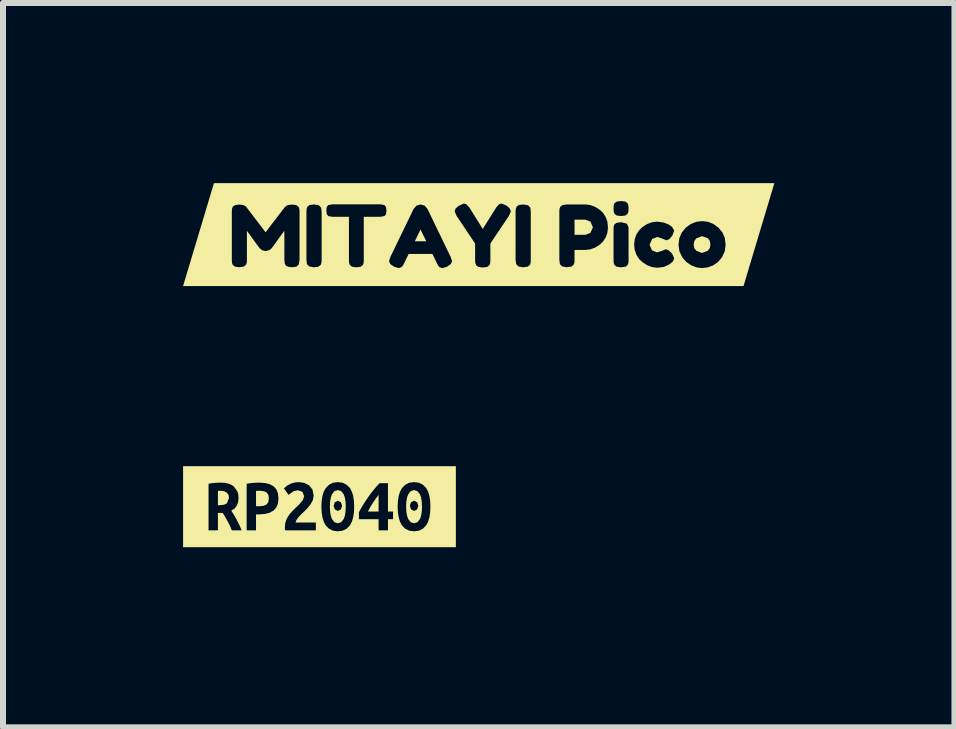
<source format=kicad_pcb>
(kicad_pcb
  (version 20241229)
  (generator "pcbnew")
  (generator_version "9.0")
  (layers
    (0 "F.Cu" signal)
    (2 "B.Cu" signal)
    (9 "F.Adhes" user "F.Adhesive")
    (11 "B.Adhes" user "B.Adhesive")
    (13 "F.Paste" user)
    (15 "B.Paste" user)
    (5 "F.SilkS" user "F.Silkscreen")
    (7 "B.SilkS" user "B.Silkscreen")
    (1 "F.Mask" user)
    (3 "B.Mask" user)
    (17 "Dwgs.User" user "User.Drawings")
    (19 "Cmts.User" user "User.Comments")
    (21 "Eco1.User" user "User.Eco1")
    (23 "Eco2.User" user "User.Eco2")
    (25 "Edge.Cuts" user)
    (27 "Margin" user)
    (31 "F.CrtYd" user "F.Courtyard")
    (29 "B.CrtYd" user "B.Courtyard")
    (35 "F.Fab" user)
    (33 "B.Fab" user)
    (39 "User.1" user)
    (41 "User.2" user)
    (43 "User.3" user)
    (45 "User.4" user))
  (footprint "kibuzzard-632CA15B"
    (layer "F.Cu")
    (at 2.272 5.391)
    (property "Reference" "kibuzzard-632CA15B" (at 0 -0.675 180) (layer "F.SilkS") (effects (font (size 0.001 0.001) (thickness 0.000003))))
    (attr exclude_from_pos_files exclude_from_bom)
    (fp_poly (pts (xy 0.985 -0.197) (xy 0.938 -0.135) (xy 0.89 -0.065) (xy 0.845 0.008) (xy 0.807 0.08) (xy 0.985 0.08) (xy 0.985 -0.197)) (stroke (width 0) (type solid)) (fill yes) (layer "F.SilkS"))
    (fp_poly (pts (xy -1.507 -0.145) (xy -1.516 -0.199) (xy -1.545 -0.236) (xy -1.589 -0.258) (xy -1.645 -0.265) (xy -1.667 -0.265) (xy -1.692 -0.262) (xy -1.692 -0.025) (xy -1.658 -0.025) (xy -1.589 -0.033) (xy -1.542 -0.057) (xy -1.507 -0.145)) (stroke (width 0) (type solid)) (fill yes) (layer "F.SilkS"))
    (fp_poly (pts (xy -0.98 -0.265) (xy -1.019 -0.265) (xy -1.057 -0.262) (xy -1.057 -0.008) (xy -0.994 -0.008) (xy -0.928 -0.015) (xy -0.881 -0.037) (xy -0.852 -0.078) (xy -0.843 -0.14) (xy -0.852 -0.198) (xy -0.88 -0.237) (xy -0.924 -0.258) (xy -0.98 -0.265)) (stroke (width 0) (type solid)) (fill yes) (layer "F.SilkS"))
    (fp_poly (pts (xy 0.438 -0.001) (xy 0.377 -0.014) (xy 0.357 0.045) (xy 0.307 0.07) (xy 0.255 0.045) (xy 0.236 -0.014) (xy 0.255 -0.074) (xy 0.307 -0.099) (xy 0.357 -0.074) (xy 0.377 -0.014) (xy 0.438 -0.001) (xy 0.434 -0.084) (xy 0.423 -0.152) (xy 0.404 -0.206) (xy 0.362 -0.259) (xy 0.305 -0.277) (xy 0.249 -0.259) (xy 0.208 -0.206) (xy 0.189 -0.152) (xy 0.177 -0.084) (xy 0.173 -0.001) (xy 0.177 0.082) (xy 0.189 0.151) (xy 0.208 0.205) (xy 0.249 0.258) (xy 0.305 0.276) (xy 0.362 0.258) (xy 0.404 0.205) (xy 0.423 0.151) (xy 0.434 0.082) (xy 0.438 -0.001)) (stroke (width 0) (type solid)) (fill yes) (layer "F.SilkS"))
    (fp_poly (pts (xy 1.708 -0.001) (xy 1.647 -0.014) (xy 1.627 0.045) (xy 1.577 0.07) (xy 1.525 0.045) (xy 1.506 -0.014) (xy 1.525 -0.074) (xy 1.577 -0.099) (xy 1.627 -0.074) (xy 1.647 -0.014) (xy 1.708 -0.001) (xy 1.704 -0.084) (xy 1.693 -0.152) (xy 1.674 -0.206) (xy 1.632 -0.259) (xy 1.575 -0.277) (xy 1.519 -0.259) (xy 1.478 -0.206) (xy 1.459 -0.152) (xy 1.447 -0.084) (xy 1.443 -0.001) (xy 1.447 0.082) (xy 1.459 0.151) (xy 1.478 0.205) (xy 1.519 0.258) (xy 1.575 0.276) (xy 1.632 0.258) (xy 1.674 0.205) (xy 1.693 0.151) (xy 1.704 0.082) (xy 1.708 -0.001)) (stroke (width 0) (type solid)) (fill yes) (layer "F.SilkS"))
    (fp_poly (pts (xy -1.848 -0.675) (xy -1.645 -0.401) (xy -1.581 -0.398) (xy -1.523 -0.386) (xy -1.473 -0.367) (xy -1.429 -0.339) (xy -1.369 -0.258) (xy -1.353 -0.205) (xy -1.348 -0.144) (xy -1.213 0.394) (xy -1.213 -0.382) (xy -1.162 -0.391) (xy -1.104 -0.397) (xy -1.047 -0.4) (xy -0.998 -0.401) (xy -0.905 -0.394) (xy -0.828 -0.374) (xy -0.765 -0.34) (xy -0.719 -0.29) (xy -0.515 -0.197) (xy -0.592 -0.306) (xy -0.538 -0.352) (xy -0.475 -0.385) (xy -0.408 -0.404) (xy -0.342 -0.41) (xy -0.25 -0.396) (xy -0.171 -0.354) (xy -0.116 -0.284) (xy -0.096 -0.185) (xy -0.111 -0.107) (xy -0.152 -0.034) (xy -0.209 0.034) (xy 0.037 0.096) (xy 0.032 -0.001) (xy 0.037 -0.098) (xy 0.05 -0.181) (xy 0.072 -0.251) (xy 0.104 -0.309) (xy 0.158 -0.365) (xy 0.225 -0.399) (xy 0.305 -0.41) (xy 0.387 -0.399) (xy 0.455 -0.365) (xy 0.509 -0.309) (xy 0.539 -0.252) (xy 0.561 -0.182) (xy 0.574 -0.098) (xy 0.578 -0.001) (xy 0.574 0.096) (xy 0.561 0.18) (xy 0.539 0.251) (xy 0.509 0.309) (xy 0.455 0.365) (xy 0.387 0.399) (xy 0.305 0.41) (xy 0.224 0.399) (xy 0.156 0.365) (xy 0.102 0.309) (xy 0.072 0.251) (xy 0.05 0.18) (xy 0.037 0.096) (xy -0.209 0.034) (xy -0.274 0.098) (xy -0.312 0.134) (xy -0.352 0.177) (xy -0.385 0.222) (xy -0.398 0.264) (xy -0.06 0.264) (xy -0.06 0.394) (xy -0.573 0.394) (xy -0.577 0.362) (xy -0.576 0.335) (xy -0.57 0.274) (xy -0.552 0.218) (xy -0.526 0.167) (xy -0.493 0.12) (xy -0.455 0.077) (xy -0.415 0.036) (xy -0.375 -0.002) (xy -0.338 -0.038) (xy -0.278 -0.107) (xy -0.255 -0.174) (xy -0.284 -0.248) (xy -0.358 -0.274) (xy -0.435 -0.257) (xy -0.515 -0.197) (xy -0.719 -0.29) (xy -0.692 -0.223) (xy -0.683 -0.138) (xy -0.692 -0.053) (xy -0.72 0.015) (xy -0.766 0.065) (xy -0.829 0.1) (xy -0.907 0.121) (xy -1.001 0.128) (xy -1.057 0.128) (xy -1.057 0.394) (xy -1.213 0.394) (xy -1.348 -0.144) (xy -1.355 -0.078) (xy -1.376 -0.019) (xy -1.413 0.03) (xy -1.469 0.066) (xy -1.423 0.139) (xy -1.376 0.223) (xy -1.332 0.311) (xy -1.296 0.394) (xy -1.46 0.394) (xy -1.491 0.319) (xy -1.528 0.247) (xy -1.568 0.176) (xy -1.611 0.104) (xy -1.692 0.104) (xy -1.692 0.394) (xy -1.848 0.394) (xy -1.848 -0.381) (xy -1.798 -0.391) (xy -1.743 -0.397) (xy -1.69 -0.4) (xy -1.645 -0.401) (xy -1.848 -0.675) (xy -2.272 -0.675) (xy -2.272 0.675) (xy -1.848 0.675) (xy 1.848 0.675) (xy 1.848 -0.001) (xy 1.844 0.096) (xy 1.831 0.18) (xy 1.809 0.251) (xy 1.779 0.309) (xy 1.725 0.365) (xy 1.657 0.399) (xy 1.575 0.41) (xy 1.494 0.399) (xy 1.426 0.365) (xy 1.372 0.309) (xy 1.342 0.251) (xy 1.32 0.18) (xy 1.307 0.096) (xy 1.302 -0.001) (xy 1.307 -0.098) (xy 1.32 -0.181) (xy 1.342 -0.251) (xy 1.374 -0.309) (xy 1.428 -0.365) (xy 1.495 -0.399) (xy 1.575 -0.41) (xy 1.657 -0.399) (xy 1.725 -0.365) (xy 1.779 -0.309) (xy 1.809 -0.252) (xy 1.831 -0.182) (xy 1.844 -0.098) (xy 1.848 -0.001) (xy 1.848 0.675) (xy 2.272 0.675) (xy 2.272 -0.675) (xy 1.141 -0.392) (xy 1.141 0.08) (xy 1.226 0.08) (xy 1.226 0.208) (xy 1.141 0.208) (xy 1.141 0.394) (xy 0.985 0.394) (xy 0.985 0.208) (xy 0.657 0.208) (xy 0.657 0.094) (xy 0.685 0.041) (xy 0.719 -0.018) (xy 0.759 -0.082) (xy 0.803 -0.147) (xy 0.85 -0.213) (xy 0.9 -0.277) (xy 0.951 -0.338) (xy 1.001 -0.392) (xy 1.141 -0.392) (xy 2.272 -0.675) (xy 1.848 -0.675) (xy -1.848 -0.675)) (stroke (width 0) (type solid)) (fill yes) (layer "F.SilkS")))
  (footprint "kibuzzard-632C7F13"
    (layer "F.Cu")
    (at 4.925 0.858)
    (property "Reference" "kibuzzard-632C7F13" (at 0 -0.858 0) (layer "F.SilkS") (effects (font (size 0.001 0.001) (thickness 0.000003))))
    (attr exclude_from_pos_files exclude_from_bom)
    (fp_poly (pts (xy -0.97 -0.085) (xy -1.064 0.111) (xy -0.874 0.111) (xy -0.97 -0.085)) (stroke (width 0) (type solid)) (fill yes) (layer "F.SilkS"))
    (fp_poly (pts (xy 1.775 -0.249) (xy 1.596 -0.249) (xy 1.596 0.004) (xy 1.776 0.004) (xy 1.86 -0.028) (xy 1.902 -0.122) (xy 1.86 -0.217) (xy 1.775 -0.249)) (stroke (width 0) (type solid)) (fill yes) (layer "F.SilkS"))
    (fp_poly (pts (xy 3.626 0.271) (xy 3.719 0.306) (xy 3.813 0.271) (xy 3.849 0.226) (xy 3.86 0.165) (xy 3.849 0.104) (xy 3.816 0.061) (xy 3.72 0.026) (xy 3.625 0.062) (xy 3.592 0.106) (xy 3.58 0.167) (xy 3.592 0.228) (xy 3.626 0.271)) (stroke (width 0) (type solid)) (fill yes) (layer "F.SilkS"))
    (fp_poly (pts (xy -4.113 -0.857) (xy -3.111 -0.501) (xy -3.038 -0.491) (xy -3 -0.462) (xy -2.987 -0.424) (xy -2.87 -0.376) (xy -2.868 -0.426) (xy -2.855 -0.464) (xy -2.817 -0.493) (xy -2.743 -0.502) (xy -2.664 -0.489) (xy -2.625 -0.449) (xy -2.617 -0.375) (xy -2.617 0.419) (xy -2.62 0.469) (xy -2.633 0.506) (xy -2.671 0.535) (xy -2.745 0.545) (xy -2.824 0.531) (xy -2.862 0.491) (xy -2.87 0.418) (xy -2.87 -0.376) (xy -2.987 -0.424) (xy -2.985 -0.374) (xy -2.985 0.419) (xy -2.998 0.498) (xy -3.039 0.535) (xy -3.108 0.544) (xy -3.173 0.536) (xy -3.21 0.519) (xy -3.23 0.491) (xy -3.238 0.416) (xy -3.238 -0.062) (xy -3.281 -0.005) (xy -3.342 0.079) (xy -3.398 0.157) (xy -3.429 0.199) (xy -3.455 0.233) (xy -3.49 0.259) (xy -3.55 0.275) (xy -3.608 0.26) (xy -3.646 0.231) (xy -3.658 0.215) (xy -3.7 0.159) (xy -3.77 0.063) (xy -3.835 -0.027) (xy -3.862 -0.062) (xy -3.862 0.419) (xy -3.864 0.469) (xy -3.878 0.505) (xy -3.916 0.534) (xy -3.989 0.544) (xy -4.06 0.534) (xy -4.098 0.505) (xy -4.111 0.468) (xy -4.113 0.416) (xy -4.113 -0.376) (xy -4.111 -0.426) (xy -4.098 -0.464) (xy -4.059 -0.491) (xy -3.986 -0.501) (xy -3.92 -0.491) (xy -3.883 -0.472) (xy -3.875 -0.464) (xy -3.55 -0.038) (xy -3.46 -0.158) (xy -3.382 -0.26) (xy -3.317 -0.345) (xy -3.265 -0.412) (xy -3.226 -0.462) (xy -3.185 -0.491) (xy -3.111 -0.501) (xy -4.113 -0.857) (xy -4.411 -0.857) (xy -4.925 0.857) (xy -4.411 0.857) (xy -4.113 0.857) (xy 4.113 0.857) (xy 4.113 0.168) (xy 4.098 0.28) (xy 4.052 0.379) (xy 3.984 0.459) (xy 3.903 0.514) (xy 3.813 0.547) (xy 3.72 0.558) (xy 3.628 0.546) (xy 3.538 0.511) (xy 3.456 0.454) (xy 3.388 0.374) (xy 3.343 0.278) (xy 3.328 0.169) (xy 3.341 0.062) (xy 3.381 -0.033) (xy 3.448 -0.114) (xy 3.531 -0.175) (xy 3.623 -0.213) (xy 3.722 -0.225) (xy 3.821 -0.213) (xy 3.912 -0.176) (xy 3.995 -0.114) (xy 4.061 -0.034) (xy 4.1 0.06) (xy 4.113 0.168) (xy 4.113 0.857) (xy 4.411 0.857) (xy 4.925 -0.857) (xy -2.435 -0.504) (xy -1.64 -0.504) (xy -1.573 -0.493) (xy -1.544 -0.459) (xy -1.084 -0.429) (xy -1.037 -0.482) (xy -0.969 -0.502) (xy -0.902 -0.484) (xy -0.854 -0.428) (xy -0.386 -0.433) (xy -0.339 -0.476) (xy -0.249 -0.518) (xy -0.206 -0.506) (xy -0.154 -0.448) (xy 0.067 -0.094) (xy 0.289 -0.448) (xy 0.336 -0.504) (xy 0.382 -0.518) (xy 2.26 -0.521) (xy 2.298 -0.55) (xy 2.372 -0.559) (xy 2.444 -0.55) (xy 2.48 -0.521) (xy 2.494 -0.483) (xy 2.496 -0.434) (xy 2.494 -0.384) (xy 2.481 -0.347) (xy 2.443 -0.318) (xy 2.371 -0.309) (xy 2.299 -0.318) (xy 2.261 -0.348) (xy 2.248 -0.386) (xy 2.246 -0.435) (xy 2.248 -0.484) (xy 2.26 -0.521) (xy 0.382 -0.518) (xy 0.466 -0.482) (xy 0.518 -0.434) (xy 0.536 -0.388) (xy 0.503 -0.312) (xy 0.614 -0.376) (xy 0.617 -0.426) (xy 0.63 -0.464) (xy 0.668 -0.493) (xy 0.742 -0.502) (xy 0.821 -0.489) (xy 0.86 -0.449) (xy 0.867 -0.375) (xy 1.343 0.416) (xy 1.343 -0.376) (xy 1.345 -0.426) (xy 1.359 -0.464) (xy 1.397 -0.493) (xy 1.47 -0.502) (xy 1.776 -0.502) (xy 1.859 -0.492) (xy 1.94 -0.462) (xy 2.02 -0.411) (xy 2.073 -0.359) (xy 2.116 -0.291) (xy 2.144 -0.211) (xy 2.153 -0.122) (xy 2.144 -0.034) (xy 2.116 0.046) (xy 2.246 -0.082) (xy 2.248 -0.131) (xy 2.26 -0.169) (xy 2.298 -0.197) (xy 2.372 -0.206) (xy 2.469 -0.182) (xy 2.495 -0.121) (xy 2.496 -0.079) (xy 2.626 -0.001) (xy 2.669 -0.069) (xy 2.722 -0.122) (xy 2.803 -0.175) (xy 2.887 -0.206) (xy 2.975 -0.216) (xy 3.08 -0.201) (xy 3.156 -0.172) (xy 3.179 -0.158) (xy 3.219 -0.131) (xy 3.256 -0.066) (xy 3.226 0.016) (xy 3.176 0.075) (xy 3.128 0.095) (xy 3.05 0.064) (xy 2.977 0.039) (xy 2.888 0.074) (xy 2.846 0.169) (xy 2.886 0.263) (xy 2.971 0.296) (xy 3.055 0.27) (xy 3.119 0.244) (xy 3.166 0.263) (xy 3.223 0.319) (xy 3.256 0.394) (xy 3.236 0.446) (xy 3.178 0.495) (xy 3.087 0.538) (xy 2.978 0.552) (xy 2.89 0.542) (xy 2.805 0.51) (xy 2.722 0.456) (xy 2.669 0.403) (xy 2.626 0.334) (xy 2.598 0.254) (xy 2.589 0.166) (xy 2.598 0.078) (xy 2.626 -0.001) (xy 2.496 -0.079) (xy 2.496 0.421) (xy 2.494 0.47) (xy 2.48 0.508) (xy 2.444 0.536) (xy 2.37 0.545) (xy 2.298 0.535) (xy 2.26 0.506) (xy 2.248 0.469) (xy 2.246 0.419) (xy 2.246 -0.082) (xy 2.116 0.046) (xy 2.073 0.113) (xy 2.02 0.165) (xy 1.94 0.216) (xy 1.858 0.246) (xy 1.775 0.256) (xy 1.596 0.256) (xy 1.596 0.418) (xy 1.594 0.467) (xy 1.58 0.505) (xy 1.542 0.534) (xy 1.469 0.544) (xy 1.389 0.53) (xy 1.352 0.491) (xy 1.343 0.416) (xy 0.867 -0.375) (xy 0.867 0.419) (xy 0.865 0.469) (xy 0.852 0.506) (xy 0.814 0.535) (xy 0.74 0.545) (xy 0.661 0.531) (xy 0.623 0.491) (xy 0.614 0.418) (xy 0.614 -0.376) (xy 0.503 -0.312) (xy 0.194 0.149) (xy 0.194 0.422) (xy 0.192 0.471) (xy 0.179 0.509) (xy 0.14 0.539) (xy 0.067 0.548) (xy -0.006 0.539) (xy -0.044 0.509) (xy -0.058 0.47) (xy -0.06 0.419) (xy -0.06 0.149) (xy -0.369 -0.312) (xy -0.401 -0.388) (xy -0.386 -0.433) (xy -0.854 -0.428) (xy -0.469 0.369) (xy -0.444 0.442) (xy -0.465 0.491) (xy -0.527 0.535) (xy -0.604 0.559) (xy -0.649 0.546) (xy -0.675 0.519) (xy -0.697 0.476) (xy -0.772 0.322) (xy -1.167 0.322) (xy -1.242 0.476) (xy -1.264 0.518) (xy -1.289 0.544) (xy -1.335 0.558) (xy -1.412 0.534) (xy -1.474 0.491) (xy -1.494 0.442) (xy -1.47 0.369) (xy -1.084 -0.429) (xy -1.544 -0.459) (xy -1.537 -0.399) (xy -1.544 -0.34) (xy -1.569 -0.309) (xy -1.642 -0.296) (xy -1.915 -0.296) (xy -1.915 0.422) (xy -1.917 0.471) (xy -1.93 0.507) (xy -1.967 0.536) (xy -2.039 0.545) (xy -2.11 0.536) (xy -2.147 0.507) (xy -2.16 0.47) (xy -2.162 0.421) (xy -2.162 -0.296) (xy -2.436 -0.296) (xy -2.503 -0.307) (xy -2.532 -0.341) (xy -2.539 -0.401) (xy -2.532 -0.46) (xy -2.507 -0.491) (xy -2.435 -0.504) (xy 4.925 -0.857) (xy 4.411 -0.857) (xy 4.113 -0.857) (xy -4.113 -0.857)) (stroke (width 0) (type solid)) (fill yes) (layer "F.SilkS")))
  (gr_rect
    (start -3 -3)
    (end 12.85 9.066)
    (stroke (width 0.1) (type default))
    (fill no)
    (layer "Edge.Cuts")))
</source>
